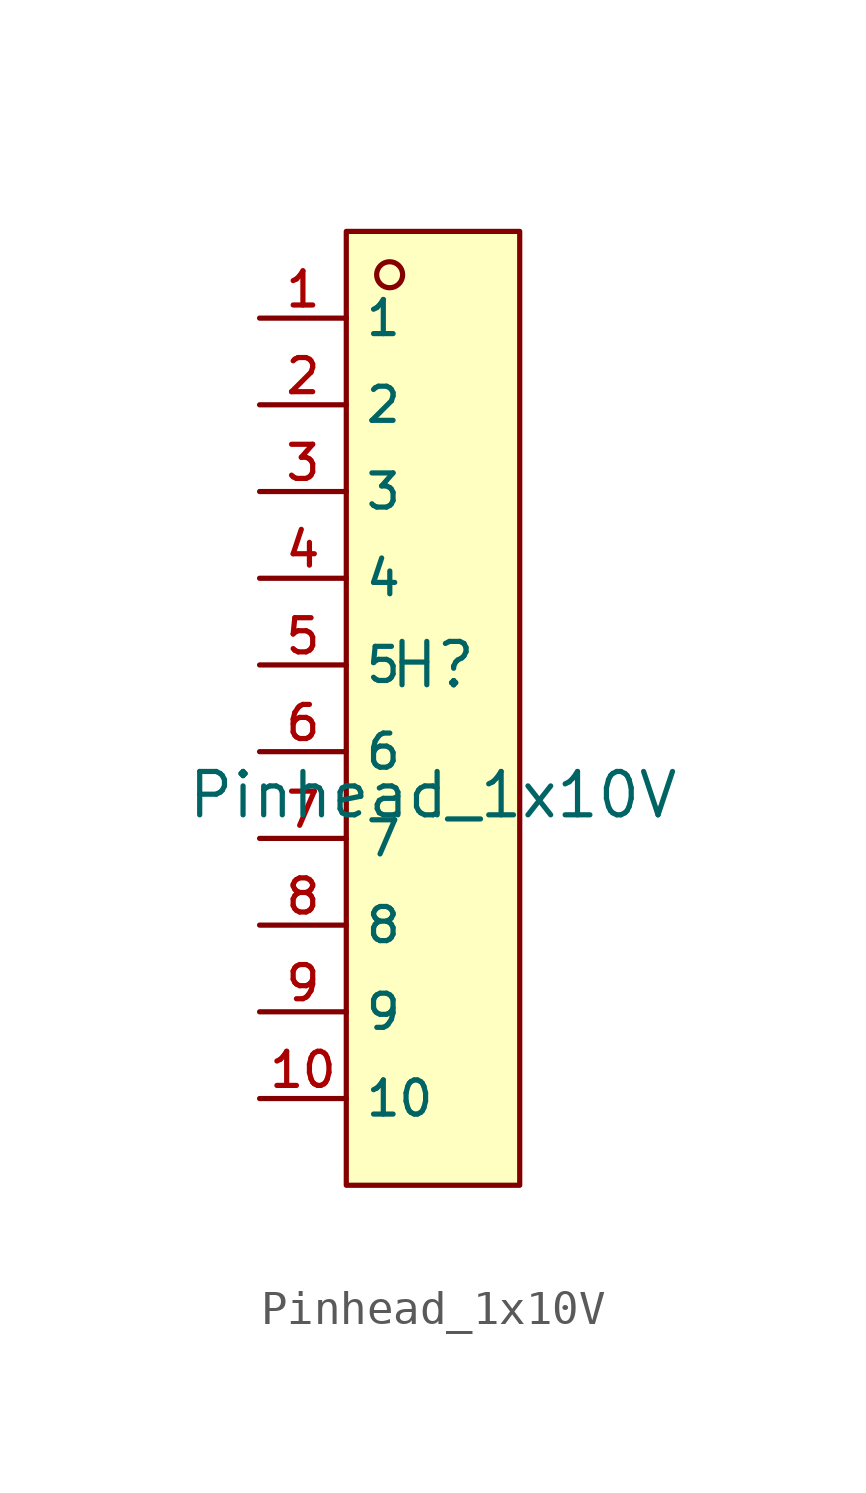
<source format=kicad_sym>
(kicad_symbol_lib
  (version 20231120)
  (generator "kicad_symbol_editor")
  (generator_version "8.0")
  (symbol "Pinhead_1x10V"
    (property "Reference" "H"
      (at 0 1.27 0)
      (effects (font (size 1.27 1.27))))
    (property "Value" "Pinhead_1x10V"
      (at 0 -2.54 0)
      (effects (font (size 1.27 1.27))))
    (symbol "Pinhead_1x10V_0_1"
      (rectangle (start -2.54 13.97) (end 2.54 -13.97) (stroke (width 0) (type default)) (fill (type background)))
      (circle (center -1.27 12.7) (radius 0.381) (stroke (width 0) (type default)) (fill (type background)))
      (pin unspecified line (at -5.08 11.43 0) (length 2.54) (name "1" (effects (font (size 1 1)))) (number "1" (effects (font (size 1 1)))))
      (pin unspecified line (at -5.08 -11.43 0) (length 2.54) (name "10" (effects (font (size 1 1)))) (number "10" (effects (font (size 1 1)))))
      (pin unspecified line (at -5.08 8.89 0) (length 2.54) (name "2" (effects (font (size 1 1)))) (number "2" (effects (font (size 1 1)))))
      (pin unspecified line (at -5.08 6.35 0) (length 2.54) (name "3" (effects (font (size 1 1)))) (number "3" (effects (font (size 1 1)))))
      (pin unspecified line (at -5.08 3.81 0) (length 2.54) (name "4" (effects (font (size 1 1)))) (number "4" (effects (font (size 1 1)))))
      (pin unspecified line (at -5.08 1.27 0) (length 2.54) (name "5" (effects (font (size 1 1)))) (number "5" (effects (font (size 1 1)))))
      (pin unspecified line (at -5.08 -1.27 0) (length 2.54) (name "6" (effects (font (size 1 1)))) (number "6" (effects (font (size 1 1)))))
      (pin unspecified line (at -5.08 -3.81 0) (length 2.54) (name "7" (effects (font (size 1 1)))) (number "7" (effects (font (size 1 1)))))
      (pin unspecified line (at -5.08 -6.35 0) (length 2.54) (name "8" (effects (font (size 1 1)))) (number "8" (effects (font (size 1 1)))))
      (pin unspecified line (at -5.08 -8.89 0) (length 2.54) (name "9" (effects (font (size 1 1)))) (number "9" (effects (font (size 1 1))))))))
</source>
